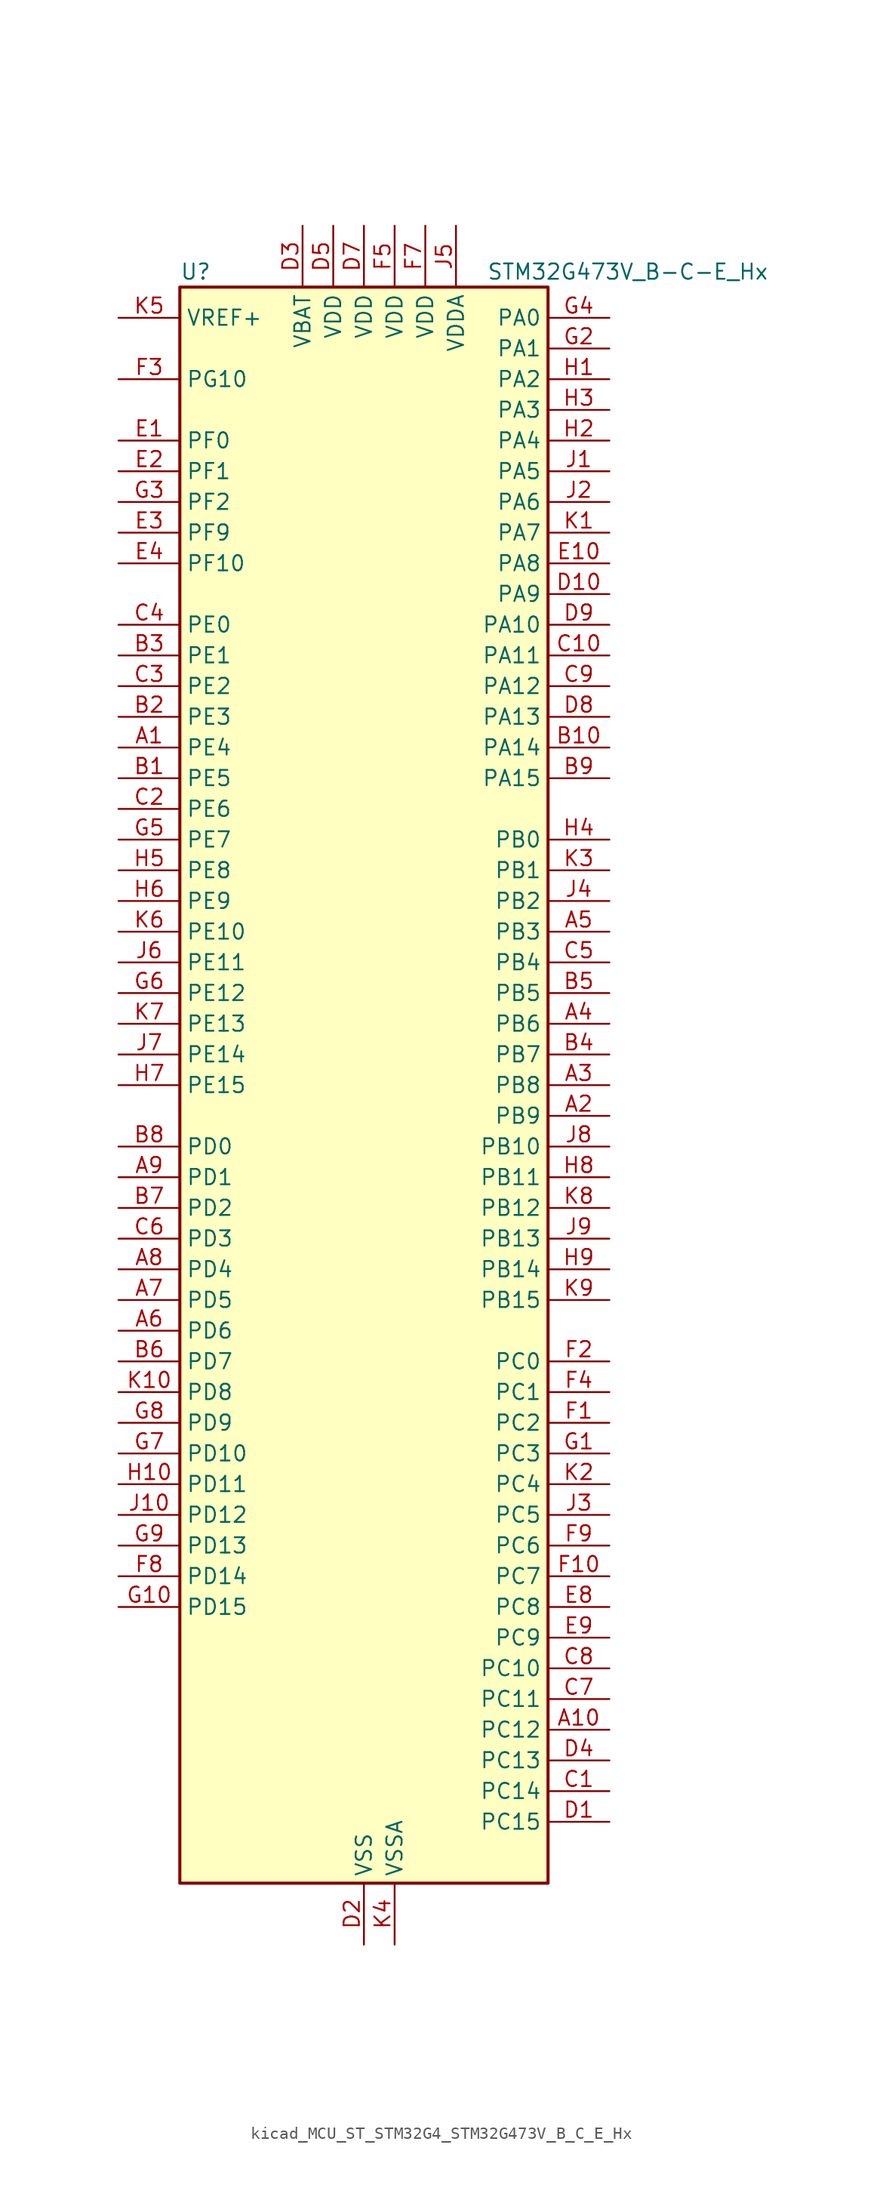
<source format=kicad_sym>
(kicad_symbol_lib
  (version 20220914)
  (generator kicad_symbol_editor)
  (symbol "kicad_MCU_ST_STM32G4_STM32G473V_B_C_E_Hx"
    (property "Reference" "U"
      (at -15.24 67.31 0)
      (effects (font (size 1.27 1.27)) (justify left)))
    (property "Value" "STM32G473V_B-C-E_Hx"
      (at 10.16 67.31 0)
      (effects (font (size 1.27 1.27)) (justify left)))
    (property "ki_locked" ""
      (at 0 0 0)
      (effects (font (size 1.27 1.27))))
    (symbol "kicad_MCU_ST_STM32G4_STM32G473V_B_C_E_Hx_0_1"
      (rectangle (start -15.24 -66.04) (end 15.24 66.04) (stroke (width 0.254) (type default)) (fill (type background))))
    (symbol "kicad_MCU_ST_STM32G4_STM32G473V_B_C_E_Hx_1_1"
      (pin bidirectional line (at -20.32 27.94 0) (length 5.08) (name "PE4" (effects (font (size 1.27 1.27)))) (number "A1" (effects (font (size 1.27 1.27)))) (alternate "FMC_A20" bidirectional line) (alternate "SAI1_D2" bidirectional line) (alternate "SAI1_FS_A" bidirectional line) (alternate "SPI4_NSS" bidirectional line) (alternate "SYS_TRACED1" bidirectional line) (alternate "TIM20_CH1N" bidirectional line) (alternate "TIM3_CH3" bidirectional line))
      (pin bidirectional line (at 20.32 -53.34 180) (length 5.08) (name "PC12" (effects (font (size 1.27 1.27)))) (number "A10" (effects (font (size 1.27 1.27)))) (alternate "I2S3_SD" bidirectional line) (alternate "SPI3_MOSI" bidirectional line) (alternate "TIM5_CH2" bidirectional line) (alternate "TIM8_CH3N" bidirectional line) (alternate "UART5_TX" bidirectional line) (alternate "UCPD1_FRSTX1" bidirectional line) (alternate "UCPD1_FRSTX2" bidirectional line) (alternate "USART3_CK" bidirectional line))
      (pin bidirectional line (at 20.32 -2.54 180) (length 5.08) (name "PB9" (effects (font (size 1.27 1.27)))) (number "A2" (effects (font (size 1.27 1.27)))) (alternate "COMP2_OUT" bidirectional line) (alternate "DAC1_EXTI9" bidirectional line) (alternate "DAC2_EXTI9" bidirectional line) (alternate "DAC3_EXTI9" bidirectional line) (alternate "DAC4_EXTI9" bidirectional line) (alternate "FDCAN1_TX" bidirectional line) (alternate "I2C1_SDA" bidirectional line) (alternate "IR_OUT" bidirectional line) (alternate "SAI1_D2" bidirectional line) (alternate "SAI1_FS_A" bidirectional line) (alternate "TIM17_CH1" bidirectional line) (alternate "TIM1_CH3N" bidirectional line) (alternate "TIM4_CH4" bidirectional line) (alternate "TIM8_CH3" bidirectional line) (alternate "USART3_TX" bidirectional line))
      (pin bidirectional line (at 20.32 0 180) (length 5.08) (name "PB8" (effects (font (size 1.27 1.27)))) (number "A3" (effects (font (size 1.27 1.27)))) (alternate "COMP1_OUT" bidirectional line) (alternate "FDCAN1_RX" bidirectional line) (alternate "I2C1_SCL" bidirectional line) (alternate "SAI1_CK1" bidirectional line) (alternate "SAI1_MCLK_A" bidirectional line) (alternate "TIM16_CH1" bidirectional line) (alternate "TIM1_BKIN" bidirectional line) (alternate "TIM4_CH3" bidirectional line) (alternate "TIM8_CH2" bidirectional line) (alternate "USART3_RX" bidirectional line))
      (pin bidirectional line (at 20.32 5.08 180) (length 5.08) (name "PB6" (effects (font (size 1.27 1.27)))) (number "A4" (effects (font (size 1.27 1.27)))) (alternate "COMP4_OUT" bidirectional line) (alternate "FDCAN2_TX" bidirectional line) (alternate "LPTIM1_ETR" bidirectional line) (alternate "SAI1_FS_B" bidirectional line) (alternate "TIM16_CH1N" bidirectional line) (alternate "TIM4_CH1" bidirectional line) (alternate "TIM8_BKIN2" bidirectional line) (alternate "TIM8_CH1" bidirectional line) (alternate "TIM8_ETR" bidirectional line) (alternate "UCPD1_CC1" bidirectional line) (alternate "USART1_TX" bidirectional line))
      (pin bidirectional line (at 20.32 12.7 180) (length 5.08) (name "PB3" (effects (font (size 1.27 1.27)))) (number "A5" (effects (font (size 1.27 1.27)))) (alternate "ADC3_EXTI3" bidirectional line) (alternate "ADC4_EXTI3" bidirectional line) (alternate "ADC5_EXTI3" bidirectional line) (alternate "CRS_SYNC" bidirectional line) (alternate "FDCAN3_RX" bidirectional line) (alternate "I2S3_CK" bidirectional line) (alternate "SAI1_SCK_B" bidirectional line) (alternate "SPI1_SCK" bidirectional line) (alternate "SPI3_SCK" bidirectional line) (alternate "SYS_JTDO-SWO" bidirectional line) (alternate "TIM2_CH2" bidirectional line) (alternate "TIM3_ETR" bidirectional line) (alternate "TIM4_ETR" bidirectional line) (alternate "TIM8_CH1N" bidirectional line) (alternate "USART2_TX" bidirectional line))
      (pin bidirectional line (at -20.32 -20.32 0) (length 5.08) (name "PD6" (effects (font (size 1.27 1.27)))) (number "A6" (effects (font (size 1.27 1.27)))) (alternate "FMC_NWAIT" bidirectional line) (alternate "QUADSPI1_BK2_IO2" bidirectional line) (alternate "SAI1_D1" bidirectional line) (alternate "SAI1_SD_A" bidirectional line) (alternate "TIM2_CH4" bidirectional line) (alternate "USART2_RX" bidirectional line))
      (pin bidirectional line (at -20.32 -17.78 0) (length 5.08) (name "PD5" (effects (font (size 1.27 1.27)))) (number "A7" (effects (font (size 1.27 1.27)))) (alternate "FMC_NWE" bidirectional line) (alternate "QUADSPI1_BK2_IO1" bidirectional line) (alternate "USART2_TX" bidirectional line))
      (pin bidirectional line (at -20.32 -15.24 0) (length 5.08) (name "PD4" (effects (font (size 1.27 1.27)))) (number "A8" (effects (font (size 1.27 1.27)))) (alternate "FMC_NOE" bidirectional line) (alternate "QUADSPI1_BK2_IO0" bidirectional line) (alternate "TIM2_CH2" bidirectional line) (alternate "USART2_DE" bidirectional line) (alternate "USART2_RTS" bidirectional line))
      (pin bidirectional line (at -20.32 -7.62 0) (length 5.08) (name "PD1" (effects (font (size 1.27 1.27)))) (number "A9" (effects (font (size 1.27 1.27)))) (alternate "FDCAN1_TX" bidirectional line) (alternate "FMC_D3" bidirectional line) (alternate "FMC_DA3" bidirectional line) (alternate "TIM8_BKIN2" bidirectional line) (alternate "TIM8_CH4" bidirectional line))
      (pin bidirectional line (at -20.32 25.4 0) (length 5.08) (name "PE5" (effects (font (size 1.27 1.27)))) (number "B1" (effects (font (size 1.27 1.27)))) (alternate "FMC_A21" bidirectional line) (alternate "SAI1_CK2" bidirectional line) (alternate "SAI1_SCK_A" bidirectional line) (alternate "SPI4_MISO" bidirectional line) (alternate "SYS_TRACED2" bidirectional line) (alternate "TIM20_CH2N" bidirectional line) (alternate "TIM3_CH4" bidirectional line))
      (pin bidirectional line (at 20.32 27.94 180) (length 5.08) (name "PA14" (effects (font (size 1.27 1.27)))) (number "B10" (effects (font (size 1.27 1.27)))) (alternate "I2C1_SDA" bidirectional line) (alternate "I2C4_SMBA" bidirectional line) (alternate "LPTIM1_OUT" bidirectional line) (alternate "SAI1_FS_B" bidirectional line) (alternate "SYS_JTCK-SWCLK" bidirectional line) (alternate "TIM1_BKIN" bidirectional line) (alternate "TIM8_CH2" bidirectional line) (alternate "USART2_TX" bidirectional line))
      (pin bidirectional line (at -20.32 30.48 0) (length 5.08) (name "PE3" (effects (font (size 1.27 1.27)))) (number "B2" (effects (font (size 1.27 1.27)))) (alternate "ADC3_EXTI3" bidirectional line) (alternate "ADC4_EXTI3" bidirectional line) (alternate "ADC5_EXTI3" bidirectional line) (alternate "FMC_A19" bidirectional line) (alternate "SAI1_SD_B" bidirectional line) (alternate "SPI4_NSS" bidirectional line) (alternate "SYS_TRACED0" bidirectional line) (alternate "TIM20_CH2" bidirectional line) (alternate "TIM3_CH2" bidirectional line))
      (pin bidirectional line (at -20.32 35.56 0) (length 5.08) (name "PE1" (effects (font (size 1.27 1.27)))) (number "B3" (effects (font (size 1.27 1.27)))) (alternate "FMC_NBL1" bidirectional line) (alternate "TIM17_CH1" bidirectional line) (alternate "TIM20_CH4" bidirectional line) (alternate "USART1_RX" bidirectional line))
      (pin bidirectional line (at 20.32 2.54 180) (length 5.08) (name "PB7" (effects (font (size 1.27 1.27)))) (number "B4" (effects (font (size 1.27 1.27)))) (alternate "COMP3_OUT" bidirectional line) (alternate "FMC_NL" bidirectional line) (alternate "I2C1_SDA" bidirectional line) (alternate "I2C4_SDA" bidirectional line) (alternate "LPTIM1_IN2" bidirectional line) (alternate "SYS_PVD_IN" bidirectional line) (alternate "TIM17_CH1N" bidirectional line) (alternate "TIM3_CH4" bidirectional line) (alternate "TIM4_CH2" bidirectional line) (alternate "TIM8_BKIN" bidirectional line) (alternate "UART4_CTS" bidirectional line) (alternate "USART1_RX" bidirectional line))
      (pin bidirectional line (at 20.32 7.62 180) (length 5.08) (name "PB5" (effects (font (size 1.27 1.27)))) (number "B5" (effects (font (size 1.27 1.27)))) (alternate "FDCAN2_RX" bidirectional line) (alternate "I2C1_SMBA" bidirectional line) (alternate "I2C3_SDA" bidirectional line) (alternate "I2S3_SD" bidirectional line) (alternate "LPTIM1_IN1" bidirectional line) (alternate "SAI1_SD_B" bidirectional line) (alternate "SPI1_MOSI" bidirectional line) (alternate "SPI3_MOSI" bidirectional line) (alternate "TIM16_BKIN" bidirectional line) (alternate "TIM17_CH1" bidirectional line) (alternate "TIM3_CH2" bidirectional line) (alternate "TIM8_CH3N" bidirectional line) (alternate "UART5_CTS" bidirectional line) (alternate "USART2_CK" bidirectional line))
      (pin bidirectional line (at -20.32 -22.86 0) (length 5.08) (name "PD7" (effects (font (size 1.27 1.27)))) (number "B6" (effects (font (size 1.27 1.27)))) (alternate "FMC_NCE" bidirectional line) (alternate "FMC_NE1" bidirectional line) (alternate "QUADSPI1_BK2_IO3" bidirectional line) (alternate "TIM2_CH3" bidirectional line) (alternate "USART2_CK" bidirectional line))
      (pin bidirectional line (at -20.32 -10.16 0) (length 5.08) (name "PD2" (effects (font (size 1.27 1.27)))) (number "B7" (effects (font (size 1.27 1.27)))) (alternate "ADC3_EXTI2" bidirectional line) (alternate "ADC4_EXTI2" bidirectional line) (alternate "ADC5_EXTI2" bidirectional line) (alternate "TIM3_ETR" bidirectional line) (alternate "TIM8_BKIN" bidirectional line) (alternate "UART5_RX" bidirectional line))
      (pin bidirectional line (at -20.32 -5.08 0) (length 5.08) (name "PD0" (effects (font (size 1.27 1.27)))) (number "B8" (effects (font (size 1.27 1.27)))) (alternate "FDCAN1_RX" bidirectional line) (alternate "FMC_D2" bidirectional line) (alternate "FMC_DA2" bidirectional line) (alternate "TIM8_CH4N" bidirectional line))
      (pin bidirectional line (at 20.32 25.4 180) (length 5.08) (name "PA15" (effects (font (size 1.27 1.27)))) (number "B9" (effects (font (size 1.27 1.27)))) (alternate "ADC1_EXTI15" bidirectional line) (alternate "ADC2_EXTI15" bidirectional line) (alternate "FDCAN3_TX" bidirectional line) (alternate "I2C1_SCL" bidirectional line) (alternate "I2S3_WS" bidirectional line) (alternate "SPI1_NSS" bidirectional line) (alternate "SPI3_NSS" bidirectional line) (alternate "SYS_JTDI" bidirectional line) (alternate "TIM1_BKIN" bidirectional line) (alternate "TIM2_CH1" bidirectional line) (alternate "TIM2_ETR" bidirectional line) (alternate "TIM8_CH1" bidirectional line) (alternate "UART4_DE" bidirectional line) (alternate "UART4_RTS" bidirectional line) (alternate "USART2_RX" bidirectional line))
      (pin bidirectional line (at 20.32 -58.42 180) (length 5.08) (name "PC14" (effects (font (size 1.27 1.27)))) (number "C1" (effects (font (size 1.27 1.27)))) (alternate "RCC_OSC32_IN" bidirectional line))
      (pin bidirectional line (at 20.32 35.56 180) (length 5.08) (name "PA11" (effects (font (size 1.27 1.27)))) (number "C10" (effects (font (size 1.27 1.27)))) (alternate "ADC1_EXTI11" bidirectional line) (alternate "ADC2_EXTI11" bidirectional line) (alternate "COMP1_OUT" bidirectional line) (alternate "FDCAN1_RX" bidirectional line) (alternate "I2S2_SD" bidirectional line) (alternate "SPI2_MOSI" bidirectional line) (alternate "TIM1_BKIN2" bidirectional line) (alternate "TIM1_CH1N" bidirectional line) (alternate "TIM1_CH4" bidirectional line) (alternate "TIM4_CH1" bidirectional line) (alternate "USART1_CTS" bidirectional line) (alternate "USART1_NSS" bidirectional line) (alternate "USB_DM" bidirectional line))
      (pin bidirectional line (at -20.32 22.86 0) (length 5.08) (name "PE6" (effects (font (size 1.27 1.27)))) (number "C2" (effects (font (size 1.27 1.27)))) (alternate "FMC_A22" bidirectional line) (alternate "RTC_TAMP3" bidirectional line) (alternate "SAI1_D1" bidirectional line) (alternate "SAI1_SD_A" bidirectional line) (alternate "SPI4_MOSI" bidirectional line) (alternate "SYS_TRACED3" bidirectional line) (alternate "SYS_WKUP3" bidirectional line) (alternate "TIM20_CH3N" bidirectional line))
      (pin bidirectional line (at -20.32 33.02 0) (length 5.08) (name "PE2" (effects (font (size 1.27 1.27)))) (number "C3" (effects (font (size 1.27 1.27)))) (alternate "ADC3_EXTI2" bidirectional line) (alternate "ADC4_EXTI2" bidirectional line) (alternate "ADC5_EXTI2" bidirectional line) (alternate "FMC_A23" bidirectional line) (alternate "SAI1_CK1" bidirectional line) (alternate "SAI1_MCLK_A" bidirectional line) (alternate "SPI4_SCK" bidirectional line) (alternate "SYS_TRACECLK" bidirectional line) (alternate "TIM20_CH1" bidirectional line) (alternate "TIM3_CH1" bidirectional line))
      (pin bidirectional line (at -20.32 38.1 0) (length 5.08) (name "PE0" (effects (font (size 1.27 1.27)))) (number "C4" (effects (font (size 1.27 1.27)))) (alternate "FMC_NBL0" bidirectional line) (alternate "TIM16_CH1" bidirectional line) (alternate "TIM20_CH4N" bidirectional line) (alternate "TIM20_ETR" bidirectional line) (alternate "TIM4_ETR" bidirectional line) (alternate "USART1_TX" bidirectional line))
      (pin bidirectional line (at 20.32 10.16 180) (length 5.08) (name "PB4" (effects (font (size 1.27 1.27)))) (number "C5" (effects (font (size 1.27 1.27)))) (alternate "FDCAN3_TX" bidirectional line) (alternate "SAI1_MCLK_B" bidirectional line) (alternate "SPI1_MISO" bidirectional line) (alternate "SPI3_MISO" bidirectional line) (alternate "SYS_JTRST" bidirectional line) (alternate "TIM16_CH1" bidirectional line) (alternate "TIM17_BKIN" bidirectional line) (alternate "TIM3_CH1" bidirectional line) (alternate "TIM8_CH2N" bidirectional line) (alternate "UART5_DE" bidirectional line) (alternate "UART5_RTS" bidirectional line) (alternate "UCPD1_CC2" bidirectional line) (alternate "USART2_RX" bidirectional line))
      (pin bidirectional line (at -20.32 -12.7 0) (length 5.08) (name "PD3" (effects (font (size 1.27 1.27)))) (number "C6" (effects (font (size 1.27 1.27)))) (alternate "ADC3_EXTI3" bidirectional line) (alternate "ADC4_EXTI3" bidirectional line) (alternate "ADC5_EXTI3" bidirectional line) (alternate "FMC_CLK" bidirectional line) (alternate "QUADSPI1_BK2_NCS" bidirectional line) (alternate "TIM2_CH1" bidirectional line) (alternate "TIM2_ETR" bidirectional line) (alternate "USART2_CTS" bidirectional line) (alternate "USART2_NSS" bidirectional line))
      (pin bidirectional line (at 20.32 -50.8 180) (length 5.08) (name "PC11" (effects (font (size 1.27 1.27)))) (number "C7" (effects (font (size 1.27 1.27)))) (alternate "ADC1_EXTI11" bidirectional line) (alternate "ADC2_EXTI11" bidirectional line) (alternate "I2C3_SDA" bidirectional line) (alternate "SPI3_MISO" bidirectional line) (alternate "TIM8_CH2N" bidirectional line) (alternate "UART4_RX" bidirectional line) (alternate "USART3_RX" bidirectional line))
      (pin bidirectional line (at 20.32 -48.26 180) (length 5.08) (name "PC10" (effects (font (size 1.27 1.27)))) (number "C8" (effects (font (size 1.27 1.27)))) (alternate "DAC1_EXTI10" bidirectional line) (alternate "DAC2_EXTI10" bidirectional line) (alternate "DAC3_EXTI10" bidirectional line) (alternate "DAC4_EXTI10" bidirectional line) (alternate "I2S3_CK" bidirectional line) (alternate "SPI3_SCK" bidirectional line) (alternate "TIM8_CH1N" bidirectional line) (alternate "UART4_TX" bidirectional line) (alternate "USART3_TX" bidirectional line))
      (pin bidirectional line (at 20.32 33.02 180) (length 5.08) (name "PA12" (effects (font (size 1.27 1.27)))) (number "C9" (effects (font (size 1.27 1.27)))) (alternate "COMP2_OUT" bidirectional line) (alternate "FDCAN1_TX" bidirectional line) (alternate "I2S_CKIN" bidirectional line) (alternate "TIM16_CH1" bidirectional line) (alternate "TIM1_CH2N" bidirectional line) (alternate "TIM1_ETR" bidirectional line) (alternate "TIM4_CH2" bidirectional line) (alternate "USART1_DE" bidirectional line) (alternate "USART1_RTS" bidirectional line) (alternate "USB_DP" bidirectional line))
      (pin bidirectional line (at 20.32 -60.96 180) (length 5.08) (name "PC15" (effects (font (size 1.27 1.27)))) (number "D1" (effects (font (size 1.27 1.27)))) (alternate "ADC1_EXTI15" bidirectional line) (alternate "ADC2_EXTI15" bidirectional line) (alternate "RCC_OSC32_OUT" bidirectional line))
      (pin bidirectional line (at 20.32 40.64 180) (length 5.08) (name "PA9" (effects (font (size 1.27 1.27)))) (number "D10" (effects (font (size 1.27 1.27)))) (alternate "ADC5_IN2" bidirectional line) (alternate "COMP5_OUT" bidirectional line) (alternate "DAC1_EXTI9" bidirectional line) (alternate "DAC2_EXTI9" bidirectional line) (alternate "DAC3_EXTI9" bidirectional line) (alternate "DAC4_EXTI9" bidirectional line) (alternate "I2C2_SCL" bidirectional line) (alternate "I2C3_SMBA" bidirectional line) (alternate "I2S3_MCK" bidirectional line) (alternate "SAI1_FS_A" bidirectional line) (alternate "TIM15_BKIN" bidirectional line) (alternate "TIM1_CH2" bidirectional line) (alternate "TIM2_CH3" bidirectional line) (alternate "UCPD1_DBCC1" bidirectional line) (alternate "USART1_TX" bidirectional line))
      (pin power_in line (at 0 -71.12 90) (length 5.08) (name "VSS" (effects (font (size 1.27 1.27)))) (number "D2" (effects (font (size 1.27 1.27)))))
      (pin power_in line (at -5.08 71.12 270) (length 5.08) (name "VBAT" (effects (font (size 1.27 1.27)))) (number "D3" (effects (font (size 1.27 1.27)))))
      (pin bidirectional line (at 20.32 -55.88 180) (length 5.08) (name "PC13" (effects (font (size 1.27 1.27)))) (number "D4" (effects (font (size 1.27 1.27)))) (alternate "RTC_OUT1" bidirectional line) (alternate "RTC_TAMP1" bidirectional line) (alternate "RTC_TS" bidirectional line) (alternate "SYS_WKUP2" bidirectional line) (alternate "TIM1_BKIN" bidirectional line) (alternate "TIM1_CH1N" bidirectional line) (alternate "TIM8_CH4N" bidirectional line))
      (pin power_in line (at -2.54 71.12 270) (length 5.08) (name "VDD" (effects (font (size 1.27 1.27)))) (number "D5" (effects (font (size 1.27 1.27)))))
      (pin passive line (at 0 -71.12 90) (length 5.08) hide (name "VSS" (effects (font (size 1.27 1.27)))) (number "D6" (effects (font (size 1.27 1.27)))))
      (pin power_in line (at 0 71.12 270) (length 5.08) (name "VDD" (effects (font (size 1.27 1.27)))) (number "D7" (effects (font (size 1.27 1.27)))))
      (pin bidirectional line (at 20.32 30.48 180) (length 5.08) (name "PA13" (effects (font (size 1.27 1.27)))) (number "D8" (effects (font (size 1.27 1.27)))) (alternate "I2C1_SCL" bidirectional line) (alternate "I2C4_SCL" bidirectional line) (alternate "IR_OUT" bidirectional line) (alternate "SAI1_SD_B" bidirectional line) (alternate "SYS_JTMS-SWDIO" bidirectional line) (alternate "TIM16_CH1N" bidirectional line) (alternate "TIM4_CH3" bidirectional line) (alternate "USART3_CTS" bidirectional line) (alternate "USART3_NSS" bidirectional line))
      (pin bidirectional line (at 20.32 38.1 180) (length 5.08) (name "PA10" (effects (font (size 1.27 1.27)))) (number "D9" (effects (font (size 1.27 1.27)))) (alternate "COMP6_OUT" bidirectional line) (alternate "CRS_SYNC" bidirectional line) (alternate "DAC1_EXTI10" bidirectional line) (alternate "DAC2_EXTI10" bidirectional line) (alternate "DAC3_EXTI10" bidirectional line) (alternate "DAC4_EXTI10" bidirectional line) (alternate "I2C2_SMBA" bidirectional line) (alternate "SAI1_D1" bidirectional line) (alternate "SAI1_SD_A" bidirectional line) (alternate "SPI2_MISO" bidirectional line) (alternate "TIM17_BKIN" bidirectional line) (alternate "TIM1_CH3" bidirectional line) (alternate "TIM2_CH4" bidirectional line) (alternate "TIM8_BKIN" bidirectional line) (alternate "UCPD1_DBCC2" bidirectional line) (alternate "USART1_RX" bidirectional line))
      (pin bidirectional line (at -20.32 53.34 0) (length 5.08) (name "PF0" (effects (font (size 1.27 1.27)))) (number "E1" (effects (font (size 1.27 1.27)))) (alternate "ADC1_IN10" bidirectional line) (alternate "I2C2_SDA" bidirectional line) (alternate "I2S2_WS" bidirectional line) (alternate "RCC_OSC_IN" bidirectional line) (alternate "SPI2_NSS" bidirectional line) (alternate "TIM1_CH3N" bidirectional line))
      (pin bidirectional line (at 20.32 43.18 180) (length 5.08) (name "PA8" (effects (font (size 1.27 1.27)))) (number "E10" (effects (font (size 1.27 1.27)))) (alternate "ADC5_IN1" bidirectional line) (alternate "COMP7_OUT" bidirectional line) (alternate "FDCAN3_RX" bidirectional line) (alternate "I2C2_SDA" bidirectional line) (alternate "I2C3_SCL" bidirectional line) (alternate "I2S2_MCK" bidirectional line) (alternate "OPAMP5_VOUT" bidirectional line) (alternate "RCC_MCO" bidirectional line) (alternate "SAI1_CK2" bidirectional line) (alternate "SAI1_SCK_A" bidirectional line) (alternate "TIM1_CH1" bidirectional line) (alternate "TIM4_ETR" bidirectional line) (alternate "USART1_CK" bidirectional line))
      (pin bidirectional line (at -20.32 50.8 0) (length 5.08) (name "PF1" (effects (font (size 1.27 1.27)))) (number "E2" (effects (font (size 1.27 1.27)))) (alternate "ADC2_IN10" bidirectional line) (alternate "COMP3_INM" bidirectional line) (alternate "I2S2_CK" bidirectional line) (alternate "RCC_OSC_OUT" bidirectional line) (alternate "SPI2_SCK" bidirectional line))
      (pin bidirectional line (at -20.32 45.72 0) (length 5.08) (name "PF9" (effects (font (size 1.27 1.27)))) (number "E3" (effects (font (size 1.27 1.27)))) (alternate "DAC1_EXTI9" bidirectional line) (alternate "DAC2_EXTI9" bidirectional line) (alternate "DAC3_EXTI9" bidirectional line) (alternate "DAC4_EXTI9" bidirectional line) (alternate "FMC_A25" bidirectional line) (alternate "QUADSPI1_BK1_IO1" bidirectional line) (alternate "SAI1_FS_B" bidirectional line) (alternate "SPI2_SCK" bidirectional line) (alternate "TIM15_CH1" bidirectional line) (alternate "TIM20_BKIN" bidirectional line) (alternate "TIM5_CH4" bidirectional line))
      (pin bidirectional line (at -20.32 43.18 0) (length 5.08) (name "PF10" (effects (font (size 1.27 1.27)))) (number "E4" (effects (font (size 1.27 1.27)))) (alternate "DAC1_EXTI10" bidirectional line) (alternate "DAC2_EXTI10" bidirectional line) (alternate "DAC3_EXTI10" bidirectional line) (alternate "DAC4_EXTI10" bidirectional line) (alternate "FMC_A0" bidirectional line) (alternate "QUADSPI1_CLK" bidirectional line) (alternate "SAI1_D3" bidirectional line) (alternate "SPI2_SCK" bidirectional line) (alternate "TIM15_CH2" bidirectional line) (alternate "TIM20_BKIN2" bidirectional line))
      (pin passive line (at 0 -71.12 90) (length 5.08) hide (name "VSS" (effects (font (size 1.27 1.27)))) (number "E5" (effects (font (size 1.27 1.27)))))
      (pin passive line (at 0 -71.12 90) (length 5.08) hide (name "VSS" (effects (font (size 1.27 1.27)))) (number "E6" (effects (font (size 1.27 1.27)))))
      (pin passive line (at 0 -71.12 90) (length 5.08) hide (name "VSS" (effects (font (size 1.27 1.27)))) (number "E7" (effects (font (size 1.27 1.27)))))
      (pin bidirectional line (at 20.32 -43.18 180) (length 5.08) (name "PC8" (effects (font (size 1.27 1.27)))) (number "E8" (effects (font (size 1.27 1.27)))) (alternate "COMP7_OUT" bidirectional line) (alternate "I2C3_SCL" bidirectional line) (alternate "TIM20_CH3" bidirectional line) (alternate "TIM3_CH3" bidirectional line) (alternate "TIM8_CH3" bidirectional line))
      (pin bidirectional line (at 20.32 -45.72 180) (length 5.08) (name "PC9" (effects (font (size 1.27 1.27)))) (number "E9" (effects (font (size 1.27 1.27)))) (alternate "DAC1_EXTI9" bidirectional line) (alternate "DAC2_EXTI9" bidirectional line) (alternate "DAC3_EXTI9" bidirectional line) (alternate "DAC4_EXTI9" bidirectional line) (alternate "I2C3_SDA" bidirectional line) (alternate "I2S_CKIN" bidirectional line) (alternate "TIM3_CH4" bidirectional line) (alternate "TIM8_BKIN2" bidirectional line) (alternate "TIM8_CH4" bidirectional line))
      (pin bidirectional line (at 20.32 -27.94 180) (length 5.08) (name "PC2" (effects (font (size 1.27 1.27)))) (number "F1" (effects (font (size 1.27 1.27)))) (alternate "ADC1_IN8" bidirectional line) (alternate "ADC2_IN8" bidirectional line) (alternate "ADC3_EXTI2" bidirectional line) (alternate "ADC4_EXTI2" bidirectional line) (alternate "ADC5_EXTI2" bidirectional line) (alternate "COMP3_OUT" bidirectional line) (alternate "LPTIM1_IN2" bidirectional line) (alternate "QUADSPI1_BK2_IO1" bidirectional line) (alternate "TIM1_CH3" bidirectional line) (alternate "TIM20_CH2" bidirectional line))
      (pin bidirectional line (at 20.32 -40.64 180) (length 5.08) (name "PC7" (effects (font (size 1.27 1.27)))) (number "F10" (effects (font (size 1.27 1.27)))) (alternate "COMP5_OUT" bidirectional line) (alternate "I2C4_SDA" bidirectional line) (alternate "I2S3_MCK" bidirectional line) (alternate "TIM3_CH2" bidirectional line) (alternate "TIM8_CH2" bidirectional line))
      (pin bidirectional line (at 20.32 -22.86 180) (length 5.08) (name "PC0" (effects (font (size 1.27 1.27)))) (number "F2" (effects (font (size 1.27 1.27)))) (alternate "ADC1_IN6" bidirectional line) (alternate "ADC2_IN6" bidirectional line) (alternate "COMP3_INM" bidirectional line) (alternate "LPTIM1_IN1" bidirectional line) (alternate "LPUART1_RX" bidirectional line) (alternate "TIM1_CH1" bidirectional line))
      (pin bidirectional line (at -20.32 58.42 0) (length 5.08) (name "PG10" (effects (font (size 1.27 1.27)))) (number "F3" (effects (font (size 1.27 1.27)))) (alternate "DAC1_EXTI10" bidirectional line) (alternate "DAC2_EXTI10" bidirectional line) (alternate "DAC3_EXTI10" bidirectional line) (alternate "DAC4_EXTI10" bidirectional line) (alternate "RCC_MCO" bidirectional line))
      (pin bidirectional line (at 20.32 -25.4 180) (length 5.08) (name "PC1" (effects (font (size 1.27 1.27)))) (number "F4" (effects (font (size 1.27 1.27)))) (alternate "ADC1_IN7" bidirectional line) (alternate "ADC2_IN7" bidirectional line) (alternate "COMP3_INP" bidirectional line) (alternate "LPTIM1_OUT" bidirectional line) (alternate "LPUART1_TX" bidirectional line) (alternate "QUADSPI1_BK2_IO0" bidirectional line) (alternate "SAI1_SD_A" bidirectional line) (alternate "TIM1_CH2" bidirectional line))
      (pin power_in line (at 2.54 71.12 270) (length 5.08) (name "VDD" (effects (font (size 1.27 1.27)))) (number "F5" (effects (font (size 1.27 1.27)))))
      (pin passive line (at 0 -71.12 90) (length 5.08) hide (name "VSS" (effects (font (size 1.27 1.27)))) (number "F6" (effects (font (size 1.27 1.27)))))
      (pin power_in line (at 5.08 71.12 270) (length 5.08) (name "VDD" (effects (font (size 1.27 1.27)))) (number "F7" (effects (font (size 1.27 1.27)))))
      (pin bidirectional line (at -20.32 -40.64 0) (length 5.08) (name "PD14" (effects (font (size 1.27 1.27)))) (number "F8" (effects (font (size 1.27 1.27)))) (alternate "ADC3_IN11" bidirectional line) (alternate "ADC4_IN11" bidirectional line) (alternate "ADC5_IN11" bidirectional line) (alternate "COMP7_INP" bidirectional line) (alternate "FMC_D0" bidirectional line) (alternate "FMC_DA0" bidirectional line) (alternate "OPAMP2_VINP" bidirectional line) (alternate "OPAMP2_VINP_SEC" bidirectional line) (alternate "TIM4_CH3" bidirectional line))
      (pin bidirectional line (at 20.32 -38.1 180) (length 5.08) (name "PC6" (effects (font (size 1.27 1.27)))) (number "F9" (effects (font (size 1.27 1.27)))) (alternate "COMP6_OUT" bidirectional line) (alternate "I2C4_SCL" bidirectional line) (alternate "I2S2_MCK" bidirectional line) (alternate "TIM3_CH1" bidirectional line) (alternate "TIM8_CH1" bidirectional line))
      (pin bidirectional line (at 20.32 -30.48 180) (length 5.08) (name "PC3" (effects (font (size 1.27 1.27)))) (number "G1" (effects (font (size 1.27 1.27)))) (alternate "ADC1_IN9" bidirectional line) (alternate "ADC2_IN9" bidirectional line) (alternate "ADC3_EXTI3" bidirectional line) (alternate "ADC4_EXTI3" bidirectional line) (alternate "ADC5_EXTI3" bidirectional line) (alternate "LPTIM1_ETR" bidirectional line) (alternate "OPAMP5_VINP" bidirectional line) (alternate "OPAMP5_VINP_SEC" bidirectional line) (alternate "QUADSPI1_BK2_IO2" bidirectional line) (alternate "SAI1_D1" bidirectional line) (alternate "SAI1_SD_A" bidirectional line) (alternate "TIM1_BKIN2" bidirectional line) (alternate "TIM1_CH4" bidirectional line))
      (pin bidirectional line (at -20.32 -43.18 0) (length 5.08) (name "PD15" (effects (font (size 1.27 1.27)))) (number "G10" (effects (font (size 1.27 1.27)))) (alternate "ADC1_EXTI15" bidirectional line) (alternate "ADC2_EXTI15" bidirectional line) (alternate "COMP7_INM" bidirectional line) (alternate "FMC_D1" bidirectional line) (alternate "FMC_DA1" bidirectional line) (alternate "SPI2_NSS" bidirectional line) (alternate "TIM4_CH4" bidirectional line))
      (pin bidirectional line (at 20.32 60.96 180) (length 5.08) (name "PA1" (effects (font (size 1.27 1.27)))) (number "G2" (effects (font (size 1.27 1.27)))) (alternate "ADC1_IN2" bidirectional line) (alternate "ADC2_IN2" bidirectional line) (alternate "COMP1_INP" bidirectional line) (alternate "OPAMP1_VINP" bidirectional line) (alternate "OPAMP1_VINP_SEC" bidirectional line) (alternate "OPAMP3_VINP" bidirectional line) (alternate "OPAMP3_VINP_SEC" bidirectional line) (alternate "OPAMP6_VINM" bidirectional line) (alternate "OPAMP6_VINM0" bidirectional line) (alternate "OPAMP6_VINM_SEC" bidirectional line) (alternate "RTC_REFIN" bidirectional line) (alternate "TIM15_CH1N" bidirectional line) (alternate "TIM2_CH2" bidirectional line) (alternate "TIM5_CH2" bidirectional line) (alternate "USART2_DE" bidirectional line) (alternate "USART2_RTS" bidirectional line))
      (pin bidirectional line (at -20.32 48.26 0) (length 5.08) (name "PF2" (effects (font (size 1.27 1.27)))) (number "G3" (effects (font (size 1.27 1.27)))) (alternate "ADC3_EXTI2" bidirectional line) (alternate "ADC4_EXTI2" bidirectional line) (alternate "ADC5_EXTI2" bidirectional line) (alternate "FMC_A2" bidirectional line) (alternate "I2C2_SMBA" bidirectional line) (alternate "TIM20_CH3" bidirectional line))
      (pin bidirectional line (at 20.32 63.5 180) (length 5.08) (name "PA0" (effects (font (size 1.27 1.27)))) (number "G4" (effects (font (size 1.27 1.27)))) (alternate "ADC1_IN1" bidirectional line) (alternate "ADC2_IN1" bidirectional line) (alternate "COMP1_INM" bidirectional line) (alternate "COMP1_OUT" bidirectional line) (alternate "COMP3_INP" bidirectional line) (alternate "RTC_TAMP2" bidirectional line) (alternate "SYS_WKUP1" bidirectional line) (alternate "TIM2_CH1" bidirectional line) (alternate "TIM2_ETR" bidirectional line) (alternate "TIM5_CH1" bidirectional line) (alternate "TIM8_BKIN" bidirectional line) (alternate "TIM8_ETR" bidirectional line) (alternate "USART2_CTS" bidirectional line) (alternate "USART2_NSS" bidirectional line))
      (pin bidirectional line (at -20.32 20.32 0) (length 5.08) (name "PE7" (effects (font (size 1.27 1.27)))) (number "G5" (effects (font (size 1.27 1.27)))) (alternate "ADC3_IN4" bidirectional line) (alternate "COMP4_INP" bidirectional line) (alternate "FMC_D4" bidirectional line) (alternate "FMC_DA4" bidirectional line) (alternate "SAI1_SD_B" bidirectional line) (alternate "TIM1_ETR" bidirectional line))
      (pin bidirectional line (at -20.32 7.62 0) (length 5.08) (name "PE12" (effects (font (size 1.27 1.27)))) (number "G6" (effects (font (size 1.27 1.27)))) (alternate "ADC3_IN16" bidirectional line) (alternate "ADC4_IN16" bidirectional line) (alternate "ADC5_IN16" bidirectional line) (alternate "FMC_D9" bidirectional line) (alternate "FMC_DA9" bidirectional line) (alternate "QUADSPI1_BK1_IO0" bidirectional line) (alternate "SPI4_SCK" bidirectional line) (alternate "TIM1_CH3N" bidirectional line))
      (pin bidirectional line (at -20.32 -30.48 0) (length 5.08) (name "PD10" (effects (font (size 1.27 1.27)))) (number "G7" (effects (font (size 1.27 1.27)))) (alternate "ADC3_IN7" bidirectional line) (alternate "ADC4_IN7" bidirectional line) (alternate "ADC5_IN7" bidirectional line) (alternate "COMP6_INM" bidirectional line) (alternate "DAC1_EXTI10" bidirectional line) (alternate "DAC2_EXTI10" bidirectional line) (alternate "DAC3_EXTI10" bidirectional line) (alternate "DAC4_EXTI10" bidirectional line) (alternate "FMC_D15" bidirectional line) (alternate "FMC_DA15" bidirectional line) (alternate "USART3_CK" bidirectional line))
      (pin bidirectional line (at -20.32 -27.94 0) (length 5.08) (name "PD9" (effects (font (size 1.27 1.27)))) (number "G8" (effects (font (size 1.27 1.27)))) (alternate "ADC4_IN13" bidirectional line) (alternate "ADC5_IN13" bidirectional line) (alternate "DAC1_EXTI9" bidirectional line) (alternate "DAC2_EXTI9" bidirectional line) (alternate "DAC3_EXTI9" bidirectional line) (alternate "DAC4_EXTI9" bidirectional line) (alternate "FMC_D14" bidirectional line) (alternate "FMC_DA14" bidirectional line) (alternate "OPAMP6_VINP" bidirectional line) (alternate "OPAMP6_VINP_SEC" bidirectional line) (alternate "USART3_RX" bidirectional line))
      (pin bidirectional line (at -20.32 -38.1 0) (length 5.08) (name "PD13" (effects (font (size 1.27 1.27)))) (number "G9" (effects (font (size 1.27 1.27)))) (alternate "ADC3_IN10" bidirectional line) (alternate "ADC4_IN10" bidirectional line) (alternate "ADC5_IN10" bidirectional line) (alternate "COMP5_INM" bidirectional line) (alternate "FMC_A18" bidirectional line) (alternate "TIM4_CH2" bidirectional line))
      (pin bidirectional line (at 20.32 58.42 180) (length 5.08) (name "PA2" (effects (font (size 1.27 1.27)))) (number "H1" (effects (font (size 1.27 1.27)))) (alternate "ADC1_IN3" bidirectional line) (alternate "ADC3_EXTI2" bidirectional line) (alternate "ADC4_EXTI2" bidirectional line) (alternate "ADC5_EXTI2" bidirectional line) (alternate "COMP2_INM" bidirectional line) (alternate "COMP2_OUT" bidirectional line) (alternate "LPUART1_TX" bidirectional line) (alternate "OPAMP1_VOUT" bidirectional line) (alternate "QUADSPI1_BK1_NCS" bidirectional line) (alternate "RCC_LSCO" bidirectional line) (alternate "SYS_WKUP4" bidirectional line) (alternate "TIM15_CH1" bidirectional line) (alternate "TIM2_CH3" bidirectional line) (alternate "TIM5_CH3" bidirectional line) (alternate "UCPD1_FRSTX1" bidirectional line) (alternate "UCPD1_FRSTX2" bidirectional line) (alternate "USART2_TX" bidirectional line))
      (pin bidirectional line (at -20.32 -33.02 0) (length 5.08) (name "PD11" (effects (font (size 1.27 1.27)))) (number "H10" (effects (font (size 1.27 1.27)))) (alternate "ADC1_EXTI11" bidirectional line) (alternate "ADC2_EXTI11" bidirectional line) (alternate "ADC3_IN8" bidirectional line) (alternate "ADC4_IN8" bidirectional line) (alternate "ADC5_IN8" bidirectional line) (alternate "COMP6_INP" bidirectional line) (alternate "FMC_A16" bidirectional line) (alternate "FMC_CLE" bidirectional line) (alternate "I2C4_SMBA" bidirectional line) (alternate "OPAMP4_VINP" bidirectional line) (alternate "OPAMP4_VINP_SEC" bidirectional line) (alternate "TIM5_ETR" bidirectional line) (alternate "USART3_CTS" bidirectional line) (alternate "USART3_NSS" bidirectional line))
      (pin bidirectional line (at 20.32 53.34 180) (length 5.08) (name "PA4" (effects (font (size 1.27 1.27)))) (number "H2" (effects (font (size 1.27 1.27)))) (alternate "ADC2_IN17" bidirectional line) (alternate "COMP1_INM" bidirectional line) (alternate "DAC1_OUT1" bidirectional line) (alternate "I2S3_WS" bidirectional line) (alternate "SAI1_FS_B" bidirectional line) (alternate "SPI1_NSS" bidirectional line) (alternate "SPI3_NSS" bidirectional line) (alternate "TIM3_CH2" bidirectional line) (alternate "USART2_CK" bidirectional line))
      (pin bidirectional line (at 20.32 55.88 180) (length 5.08) (name "PA3" (effects (font (size 1.27 1.27)))) (number "H3" (effects (font (size 1.27 1.27)))) (alternate "ADC1_IN4" bidirectional line) (alternate "ADC3_EXTI3" bidirectional line) (alternate "ADC4_EXTI3" bidirectional line) (alternate "ADC5_EXTI3" bidirectional line) (alternate "COMP2_INP" bidirectional line) (alternate "LPUART1_RX" bidirectional line) (alternate "OPAMP1_VINM" bidirectional line) (alternate "OPAMP1_VINM0" bidirectional line) (alternate "OPAMP1_VINM_SEC" bidirectional line) (alternate "OPAMP1_VINP" bidirectional line) (alternate "OPAMP1_VINP_SEC" bidirectional line) (alternate "OPAMP5_VINM" bidirectional line) (alternate "OPAMP5_VINM1" bidirectional line) (alternate "OPAMP5_VINM_SEC" bidirectional line) (alternate "QUADSPI1_CLK" bidirectional line) (alternate "SAI1_CK1" bidirectional line) (alternate "SAI1_MCLK_A" bidirectional line) (alternate "TIM15_CH2" bidirectional line) (alternate "TIM2_CH4" bidirectional line) (alternate "TIM5_CH4" bidirectional line) (alternate "USART2_RX" bidirectional line))
      (pin bidirectional line (at 20.32 20.32 180) (length 5.08) (name "PB0" (effects (font (size 1.27 1.27)))) (number "H4" (effects (font (size 1.27 1.27)))) (alternate "ADC1_IN15" bidirectional line) (alternate "ADC3_IN12" bidirectional line) (alternate "COMP4_INP" bidirectional line) (alternate "OPAMP2_VINP" bidirectional line) (alternate "OPAMP2_VINP_SEC" bidirectional line) (alternate "OPAMP3_VINP" bidirectional line) (alternate "OPAMP3_VINP_SEC" bidirectional line) (alternate "QUADSPI1_BK1_IO1" bidirectional line) (alternate "TIM1_CH2N" bidirectional line) (alternate "TIM3_CH3" bidirectional line) (alternate "TIM8_CH2N" bidirectional line) (alternate "UCPD1_FRSTX1" bidirectional line) (alternate "UCPD1_FRSTX2" bidirectional line))
      (pin bidirectional line (at -20.32 17.78 0) (length 5.08) (name "PE8" (effects (font (size 1.27 1.27)))) (number "H5" (effects (font (size 1.27 1.27)))) (alternate "ADC3_IN6" bidirectional line) (alternate "ADC4_IN6" bidirectional line) (alternate "ADC5_IN6" bidirectional line) (alternate "COMP4_INM" bidirectional line) (alternate "FMC_D5" bidirectional line) (alternate "FMC_DA5" bidirectional line) (alternate "SAI1_SCK_B" bidirectional line) (alternate "TIM1_CH1N" bidirectional line) (alternate "TIM5_CH3" bidirectional line))
      (pin bidirectional line (at -20.32 15.24 0) (length 5.08) (name "PE9" (effects (font (size 1.27 1.27)))) (number "H6" (effects (font (size 1.27 1.27)))) (alternate "ADC3_IN2" bidirectional line) (alternate "DAC1_EXTI9" bidirectional line) (alternate "DAC2_EXTI9" bidirectional line) (alternate "DAC3_EXTI9" bidirectional line) (alternate "DAC4_EXTI9" bidirectional line) (alternate "FMC_D6" bidirectional line) (alternate "FMC_DA6" bidirectional line) (alternate "SAI1_FS_B" bidirectional line) (alternate "TIM1_CH1" bidirectional line) (alternate "TIM5_CH4" bidirectional line))
      (pin bidirectional line (at -20.32 0 0) (length 5.08) (name "PE15" (effects (font (size 1.27 1.27)))) (number "H7" (effects (font (size 1.27 1.27)))) (alternate "ADC1_EXTI15" bidirectional line) (alternate "ADC2_EXTI15" bidirectional line) (alternate "ADC4_IN2" bidirectional line) (alternate "FMC_D12" bidirectional line) (alternate "FMC_DA12" bidirectional line) (alternate "QUADSPI1_BK1_IO3" bidirectional line) (alternate "TIM1_BKIN" bidirectional line) (alternate "TIM1_CH4N" bidirectional line) (alternate "USART3_RX" bidirectional line))
      (pin bidirectional line (at 20.32 -7.62 180) (length 5.08) (name "PB11" (effects (font (size 1.27 1.27)))) (number "H8" (effects (font (size 1.27 1.27)))) (alternate "ADC1_EXTI11" bidirectional line) (alternate "ADC1_IN14" bidirectional line) (alternate "ADC2_EXTI11" bidirectional line) (alternate "ADC2_IN14" bidirectional line) (alternate "COMP6_INP" bidirectional line) (alternate "LPUART1_TX" bidirectional line) (alternate "OPAMP4_VINP" bidirectional line) (alternate "OPAMP4_VINP_SEC" bidirectional line) (alternate "OPAMP6_VOUT" bidirectional line) (alternate "QUADSPI1_BK1_NCS" bidirectional line) (alternate "TIM2_CH4" bidirectional line) (alternate "USART3_RX" bidirectional line))
      (pin bidirectional line (at 20.32 -15.24 180) (length 5.08) (name "PB14" (effects (font (size 1.27 1.27)))) (number "H9" (effects (font (size 1.27 1.27)))) (alternate "ADC1_IN5" bidirectional line) (alternate "ADC4_IN4" bidirectional line) (alternate "COMP4_OUT" bidirectional line) (alternate "COMP7_INP" bidirectional line) (alternate "OPAMP2_VINP" bidirectional line) (alternate "OPAMP2_VINP_SEC" bidirectional line) (alternate "OPAMP5_VINP" bidirectional line) (alternate "OPAMP5_VINP_SEC" bidirectional line) (alternate "SPI2_MISO" bidirectional line) (alternate "TIM15_CH1" bidirectional line) (alternate "TIM1_CH2N" bidirectional line) (alternate "USART3_DE" bidirectional line) (alternate "USART3_RTS" bidirectional line))
      (pin bidirectional line (at 20.32 50.8 180) (length 5.08) (name "PA5" (effects (font (size 1.27 1.27)))) (number "J1" (effects (font (size 1.27 1.27)))) (alternate "ADC2_IN13" bidirectional line) (alternate "COMP2_INM" bidirectional line) (alternate "DAC1_OUT2" bidirectional line) (alternate "OPAMP2_VINM" bidirectional line) (alternate "OPAMP2_VINM0" bidirectional line) (alternate "OPAMP2_VINM_SEC" bidirectional line) (alternate "SPI1_SCK" bidirectional line) (alternate "TIM2_CH1" bidirectional line) (alternate "TIM2_ETR" bidirectional line) (alternate "UCPD1_FRSTX1" bidirectional line) (alternate "UCPD1_FRSTX2" bidirectional line))
      (pin bidirectional line (at -20.32 -35.56 0) (length 5.08) (name "PD12" (effects (font (size 1.27 1.27)))) (number "J10" (effects (font (size 1.27 1.27)))) (alternate "ADC3_IN9" bidirectional line) (alternate "ADC4_IN9" bidirectional line) (alternate "ADC5_IN9" bidirectional line) (alternate "COMP5_INP" bidirectional line) (alternate "FMC_A17" bidirectional line) (alternate "FMC_ALE" bidirectional line) (alternate "OPAMP5_VINP" bidirectional line) (alternate "OPAMP5_VINP_SEC" bidirectional line) (alternate "TIM4_CH1" bidirectional line) (alternate "USART3_DE" bidirectional line) (alternate "USART3_RTS" bidirectional line))
      (pin bidirectional line (at 20.32 48.26 180) (length 5.08) (name "PA6" (effects (font (size 1.27 1.27)))) (number "J2" (effects (font (size 1.27 1.27)))) (alternate "ADC2_IN3" bidirectional line) (alternate "COMP1_OUT" bidirectional line) (alternate "DAC2_OUT1" bidirectional line) (alternate "LPUART1_CTS" bidirectional line) (alternate "OPAMP2_VOUT" bidirectional line) (alternate "QUADSPI1_BK1_IO3" bidirectional line) (alternate "SPI1_MISO" bidirectional line) (alternate "TIM16_CH1" bidirectional line) (alternate "TIM1_BKIN" bidirectional line) (alternate "TIM3_CH1" bidirectional line) (alternate "TIM8_BKIN" bidirectional line))
      (pin bidirectional line (at 20.32 -35.56 180) (length 5.08) (name "PC5" (effects (font (size 1.27 1.27)))) (number "J3" (effects (font (size 1.27 1.27)))) (alternate "ADC2_IN11" bidirectional line) (alternate "OPAMP1_VINM" bidirectional line) (alternate "OPAMP1_VINM1" bidirectional line) (alternate "OPAMP1_VINM_SEC" bidirectional line) (alternate "OPAMP2_VINM" bidirectional line) (alternate "OPAMP2_VINM1" bidirectional line) (alternate "OPAMP2_VINM_SEC" bidirectional line) (alternate "SAI1_D3" bidirectional line) (alternate "SYS_WKUP5" bidirectional line) (alternate "TIM15_BKIN" bidirectional line) (alternate "TIM1_CH4N" bidirectional line) (alternate "USART1_RX" bidirectional line))
      (pin bidirectional line (at 20.32 15.24 180) (length 5.08) (name "PB2" (effects (font (size 1.27 1.27)))) (number "J4" (effects (font (size 1.27 1.27)))) (alternate "ADC2_IN12" bidirectional line) (alternate "ADC3_EXTI2" bidirectional line) (alternate "ADC4_EXTI2" bidirectional line) (alternate "ADC5_EXTI2" bidirectional line) (alternate "COMP4_INM" bidirectional line) (alternate "I2C3_SMBA" bidirectional line) (alternate "LPTIM1_OUT" bidirectional line) (alternate "OPAMP3_VINM" bidirectional line) (alternate "OPAMP3_VINM0" bidirectional line) (alternate "OPAMP3_VINM_SEC" bidirectional line) (alternate "QUADSPI1_BK2_IO1" bidirectional line) (alternate "RTC_OUT2" bidirectional line) (alternate "TIM20_CH1" bidirectional line) (alternate "TIM5_CH1" bidirectional line))
      (pin power_in line (at 7.62 71.12 270) (length 5.08) (name "VDDA" (effects (font (size 1.27 1.27)))) (number "J5" (effects (font (size 1.27 1.27)))))
      (pin bidirectional line (at -20.32 10.16 0) (length 5.08) (name "PE11" (effects (font (size 1.27 1.27)))) (number "J6" (effects (font (size 1.27 1.27)))) (alternate "ADC1_EXTI11" bidirectional line) (alternate "ADC2_EXTI11" bidirectional line) (alternate "ADC3_IN15" bidirectional line) (alternate "ADC4_IN15" bidirectional line) (alternate "ADC5_IN15" bidirectional line) (alternate "FMC_D8" bidirectional line) (alternate "FMC_DA8" bidirectional line) (alternate "QUADSPI1_BK1_NCS" bidirectional line) (alternate "SPI4_NSS" bidirectional line) (alternate "TIM1_CH2" bidirectional line))
      (pin bidirectional line (at -20.32 2.54 0) (length 5.08) (name "PE14" (effects (font (size 1.27 1.27)))) (number "J7" (effects (font (size 1.27 1.27)))) (alternate "ADC4_IN1" bidirectional line) (alternate "FMC_D11" bidirectional line) (alternate "FMC_DA11" bidirectional line) (alternate "QUADSPI1_BK1_IO2" bidirectional line) (alternate "SPI4_MOSI" bidirectional line) (alternate "TIM1_BKIN2" bidirectional line) (alternate "TIM1_CH4" bidirectional line))
      (pin bidirectional line (at 20.32 -5.08 180) (length 5.08) (name "PB10" (effects (font (size 1.27 1.27)))) (number "J8" (effects (font (size 1.27 1.27)))) (alternate "COMP5_INM" bidirectional line) (alternate "DAC1_EXTI10" bidirectional line) (alternate "DAC2_EXTI10" bidirectional line) (alternate "DAC3_EXTI10" bidirectional line) (alternate "DAC4_EXTI10" bidirectional line) (alternate "LPUART1_RX" bidirectional line) (alternate "OPAMP3_VINM" bidirectional line) (alternate "OPAMP3_VINM1" bidirectional line) (alternate "OPAMP3_VINM_SEC" bidirectional line) (alternate "OPAMP4_VINM" bidirectional line) (alternate "OPAMP4_VINM0" bidirectional line) (alternate "OPAMP4_VINM_SEC" bidirectional line) (alternate "QUADSPI1_CLK" bidirectional line) (alternate "SAI1_SCK_A" bidirectional line) (alternate "TIM1_BKIN" bidirectional line) (alternate "TIM2_CH3" bidirectional line) (alternate "USART3_TX" bidirectional line))
      (pin bidirectional line (at 20.32 -12.7 180) (length 5.08) (name "PB13" (effects (font (size 1.27 1.27)))) (number "J9" (effects (font (size 1.27 1.27)))) (alternate "ADC3_IN5" bidirectional line) (alternate "COMP5_INP" bidirectional line) (alternate "FDCAN2_TX" bidirectional line) (alternate "I2S2_CK" bidirectional line) (alternate "LPUART1_CTS" bidirectional line) (alternate "OPAMP3_VINP" bidirectional line) (alternate "OPAMP3_VINP_SEC" bidirectional line) (alternate "OPAMP4_VINP" bidirectional line) (alternate "OPAMP4_VINP_SEC" bidirectional line) (alternate "OPAMP6_VINP" bidirectional line) (alternate "OPAMP6_VINP_SEC" bidirectional line) (alternate "SPI2_SCK" bidirectional line) (alternate "TIM1_CH1N" bidirectional line) (alternate "USART3_CTS" bidirectional line) (alternate "USART3_NSS" bidirectional line))
      (pin bidirectional line (at 20.32 45.72 180) (length 5.08) (name "PA7" (effects (font (size 1.27 1.27)))) (number "K1" (effects (font (size 1.27 1.27)))) (alternate "ADC2_IN4" bidirectional line) (alternate "COMP2_INP" bidirectional line) (alternate "COMP2_OUT" bidirectional line) (alternate "OPAMP1_VINP" bidirectional line) (alternate "OPAMP1_VINP_SEC" bidirectional line) (alternate "OPAMP2_VINP" bidirectional line) (alternate "OPAMP2_VINP_SEC" bidirectional line) (alternate "QUADSPI1_BK1_IO2" bidirectional line) (alternate "SPI1_MOSI" bidirectional line) (alternate "TIM17_CH1" bidirectional line) (alternate "TIM1_CH1N" bidirectional line) (alternate "TIM3_CH2" bidirectional line) (alternate "TIM8_CH1N" bidirectional line) (alternate "UCPD1_FRSTX1" bidirectional line) (alternate "UCPD1_FRSTX2" bidirectional line))
      (pin bidirectional line (at -20.32 -25.4 0) (length 5.08) (name "PD8" (effects (font (size 1.27 1.27)))) (number "K10" (effects (font (size 1.27 1.27)))) (alternate "ADC4_IN12" bidirectional line) (alternate "ADC5_IN12" bidirectional line) (alternate "FMC_D13" bidirectional line) (alternate "FMC_DA13" bidirectional line) (alternate "OPAMP4_VINM" bidirectional line) (alternate "OPAMP4_VINM1" bidirectional line) (alternate "OPAMP4_VINM_SEC" bidirectional line) (alternate "USART3_TX" bidirectional line))
      (pin bidirectional line (at 20.32 -33.02 180) (length 5.08) (name "PC4" (effects (font (size 1.27 1.27)))) (number "K2" (effects (font (size 1.27 1.27)))) (alternate "ADC2_IN5" bidirectional line) (alternate "I2C2_SCL" bidirectional line) (alternate "QUADSPI1_BK2_IO3" bidirectional line) (alternate "TIM1_ETR" bidirectional line) (alternate "USART1_TX" bidirectional line))
      (pin bidirectional line (at 20.32 17.78 180) (length 5.08) (name "PB1" (effects (font (size 1.27 1.27)))) (number "K3" (effects (font (size 1.27 1.27)))) (alternate "ADC1_IN12" bidirectional line) (alternate "ADC3_IN1" bidirectional line) (alternate "COMP1_INP" bidirectional line) (alternate "COMP4_OUT" bidirectional line) (alternate "LPUART1_DE" bidirectional line) (alternate "LPUART1_RTS" bidirectional line) (alternate "OPAMP3_VOUT" bidirectional line) (alternate "OPAMP6_VINM" bidirectional line) (alternate "OPAMP6_VINM1" bidirectional line) (alternate "OPAMP6_VINM_SEC" bidirectional line) (alternate "QUADSPI1_BK1_IO0" bidirectional line) (alternate "TIM1_CH3N" bidirectional line) (alternate "TIM3_CH4" bidirectional line) (alternate "TIM8_CH3N" bidirectional line))
      (pin power_in line (at 2.54 -71.12 90) (length 5.08) (name "VSSA" (effects (font (size 1.27 1.27)))) (number "K4" (effects (font (size 1.27 1.27)))))
      (pin input line (at -20.32 63.5 0) (length 5.08) (name "VREF+" (effects (font (size 1.27 1.27)))) (number "K5" (effects (font (size 1.27 1.27)))) (alternate "VREFBUF_OUT" bidirectional line))
      (pin bidirectional line (at -20.32 12.7 0) (length 5.08) (name "PE10" (effects (font (size 1.27 1.27)))) (number "K6" (effects (font (size 1.27 1.27)))) (alternate "ADC3_IN14" bidirectional line) (alternate "ADC4_IN14" bidirectional line) (alternate "ADC5_IN14" bidirectional line) (alternate "DAC1_EXTI10" bidirectional line) (alternate "DAC2_EXTI10" bidirectional line) (alternate "DAC3_EXTI10" bidirectional line) (alternate "DAC4_EXTI10" bidirectional line) (alternate "FMC_D7" bidirectional line) (alternate "FMC_DA7" bidirectional line) (alternate "QUADSPI1_CLK" bidirectional line) (alternate "SAI1_MCLK_B" bidirectional line) (alternate "TIM1_CH2N" bidirectional line))
      (pin bidirectional line (at -20.32 5.08 0) (length 5.08) (name "PE13" (effects (font (size 1.27 1.27)))) (number "K7" (effects (font (size 1.27 1.27)))) (alternate "ADC3_IN3" bidirectional line) (alternate "FMC_D10" bidirectional line) (alternate "FMC_DA10" bidirectional line) (alternate "QUADSPI1_BK1_IO1" bidirectional line) (alternate "SPI4_MISO" bidirectional line) (alternate "TIM1_CH3" bidirectional line))
      (pin bidirectional line (at 20.32 -10.16 180) (length 5.08) (name "PB12" (effects (font (size 1.27 1.27)))) (number "K8" (effects (font (size 1.27 1.27)))) (alternate "ADC1_IN11" bidirectional line) (alternate "ADC4_IN3" bidirectional line) (alternate "COMP7_INM" bidirectional line) (alternate "FDCAN2_RX" bidirectional line) (alternate "I2C2_SMBA" bidirectional line) (alternate "I2S2_WS" bidirectional line) (alternate "LPUART1_DE" bidirectional line) (alternate "LPUART1_RTS" bidirectional line) (alternate "OPAMP4_VOUT" bidirectional line) (alternate "OPAMP6_VINP" bidirectional line) (alternate "OPAMP6_VINP_SEC" bidirectional line) (alternate "SPI2_NSS" bidirectional line) (alternate "TIM1_BKIN" bidirectional line) (alternate "TIM5_ETR" bidirectional line) (alternate "USART3_CK" bidirectional line))
      (pin bidirectional line (at 20.32 -17.78 180) (length 5.08) (name "PB15" (effects (font (size 1.27 1.27)))) (number "K9" (effects (font (size 1.27 1.27)))) (alternate "ADC1_EXTI15" bidirectional line) (alternate "ADC2_EXTI15" bidirectional line) (alternate "ADC2_IN15" bidirectional line) (alternate "ADC4_IN5" bidirectional line) (alternate "COMP3_OUT" bidirectional line) (alternate "COMP6_INM" bidirectional line) (alternate "I2S2_SD" bidirectional line) (alternate "OPAMP5_VINM" bidirectional line) (alternate "OPAMP5_VINM0" bidirectional line) (alternate "OPAMP5_VINM_SEC" bidirectional line) (alternate "RTC_REFIN" bidirectional line) (alternate "SPI2_MOSI" bidirectional line) (alternate "TIM15_CH1N" bidirectional line) (alternate "TIM15_CH2" bidirectional line) (alternate "TIM1_CH3N" bidirectional line)))))
</source>
